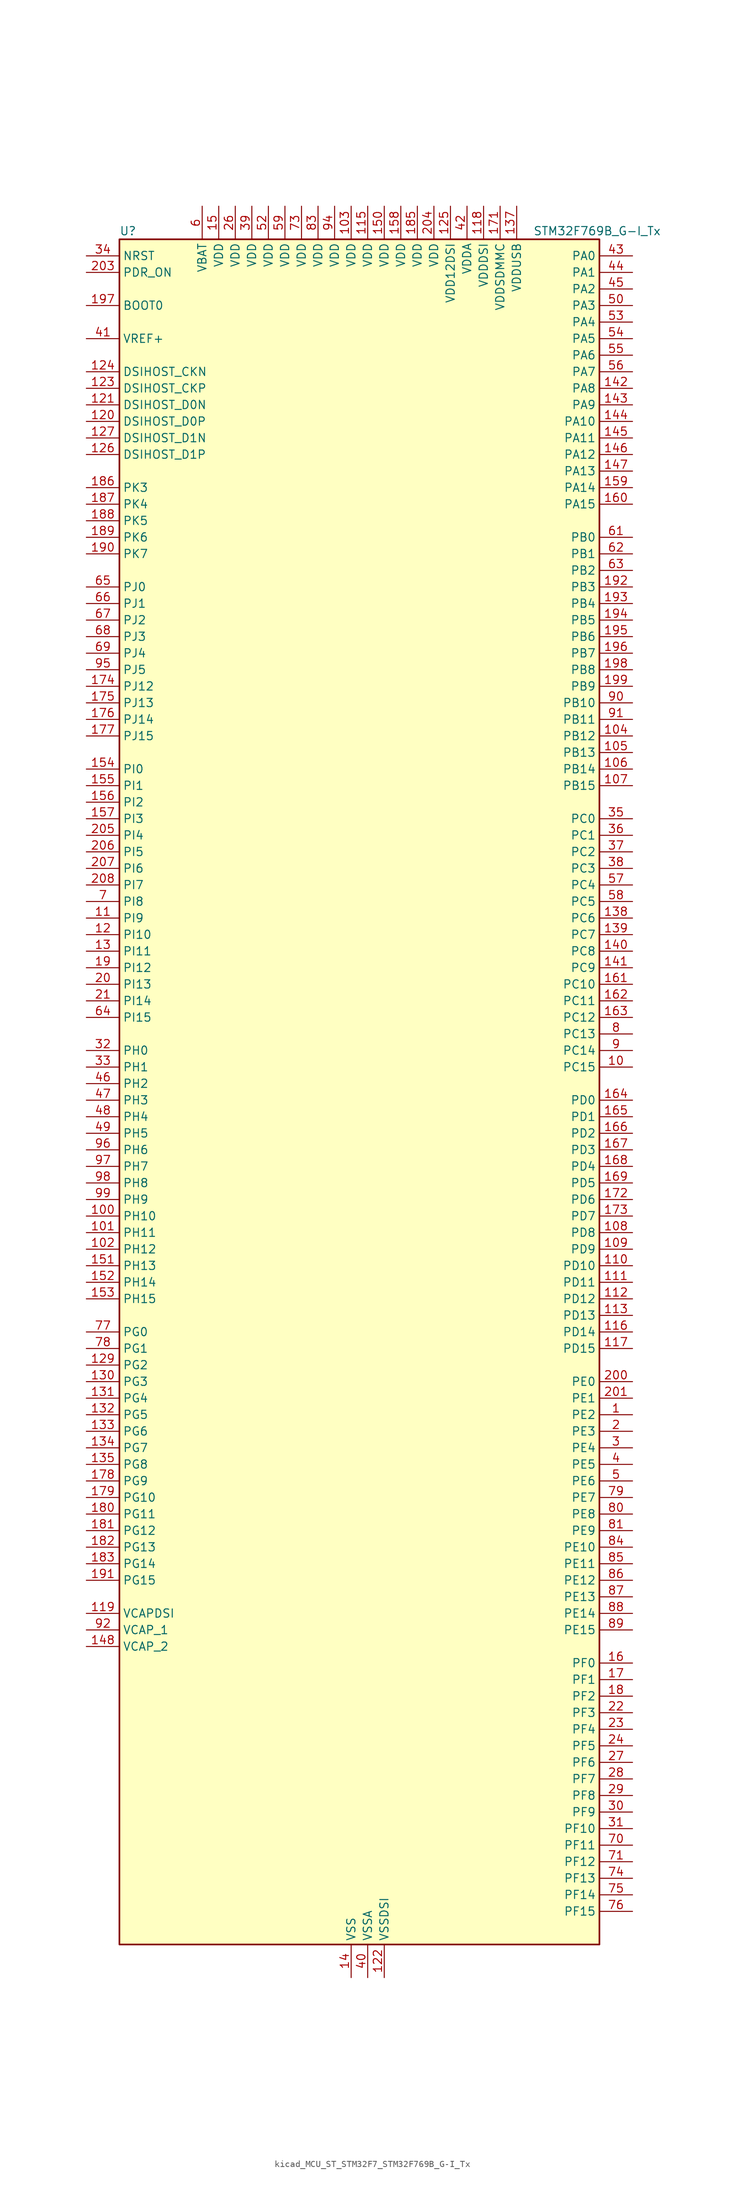
<source format=kicad_sym>
(kicad_symbol_lib
  (version 20220914)
  (generator kicad_symbol_editor)
  (symbol "kicad_MCU_ST_STM32F7_STM32F769B_G-I_Tx"
    (property "Reference" "U"
      (at -35.56 133.35 0)
      (effects (font (size 1.27 1.27)) (justify left)))
    (property "Value" "STM32F769B_G-I_Tx"
      (at 27.94 133.35 0)
      (effects (font (size 1.27 1.27)) (justify left)))
    (property "ki_locked" ""
      (at 0 0 0)
      (effects (font (size 1.27 1.27))))
    (symbol "kicad_MCU_ST_STM32F7_STM32F769B_G-I_Tx_0_1"
      (rectangle (start -35.56 -129.54) (end 38.1 132.08) (stroke (width 0.254) (type default)) (fill (type background))))
    (symbol "kicad_MCU_ST_STM32F7_STM32F769B_G-I_Tx_1_1"
      (pin bidirectional line (at 43.18 -48.26 180) (length 5.08) (name "PE2" (effects (font (size 1.27 1.27)))) (number "1" (effects (font (size 1.27 1.27)))) (alternate "ETH_TXD3" bidirectional line) (alternate "FMC_A23" bidirectional line) (alternate "QUADSPI_BK1_IO2" bidirectional line) (alternate "SAI1_MCLK_A" bidirectional line) (alternate "SPI4_SCK" bidirectional line) (alternate "SYS_TRACECLK" bidirectional line))
      (pin bidirectional line (at 43.18 5.08 180) (length 5.08) (name "PC15" (effects (font (size 1.27 1.27)))) (number "10" (effects (font (size 1.27 1.27)))) (alternate "RCC_OSC32_OUT" bidirectional line))
      (pin bidirectional line (at -40.64 -17.78 0) (length 5.08) (name "PH10" (effects (font (size 1.27 1.27)))) (number "100" (effects (font (size 1.27 1.27)))) (alternate "DCMI_D1" bidirectional line) (alternate "FMC_D18" bidirectional line) (alternate "I2C4_SMBA" bidirectional line) (alternate "LTDC_R4" bidirectional line) (alternate "TIM5_CH1" bidirectional line))
      (pin bidirectional line (at -40.64 -20.32 0) (length 5.08) (name "PH11" (effects (font (size 1.27 1.27)))) (number "101" (effects (font (size 1.27 1.27)))) (alternate "ADC1_EXTI11" bidirectional line) (alternate "ADC2_EXTI11" bidirectional line) (alternate "ADC3_EXTI11" bidirectional line) (alternate "DCMI_D2" bidirectional line) (alternate "FMC_D19" bidirectional line) (alternate "I2C4_SCL" bidirectional line) (alternate "LTDC_R5" bidirectional line) (alternate "TIM5_CH2" bidirectional line))
      (pin bidirectional line (at -40.64 -22.86 0) (length 5.08) (name "PH12" (effects (font (size 1.27 1.27)))) (number "102" (effects (font (size 1.27 1.27)))) (alternate "DCMI_D3" bidirectional line) (alternate "FMC_D20" bidirectional line) (alternate "I2C4_SDA" bidirectional line) (alternate "LTDC_R6" bidirectional line) (alternate "TIM5_CH3" bidirectional line))
      (pin power_in line (at 0 137.16 270) (length 5.08) (name "VDD" (effects (font (size 1.27 1.27)))) (number "103" (effects (font (size 1.27 1.27)))))
      (pin bidirectional line (at 43.18 55.88 180) (length 5.08) (name "PB12" (effects (font (size 1.27 1.27)))) (number "104" (effects (font (size 1.27 1.27)))) (alternate "CAN2_RX" bidirectional line) (alternate "DFSDM1_DATIN1" bidirectional line) (alternate "ETH_TXD0" bidirectional line) (alternate "I2C2_SMBA" bidirectional line) (alternate "I2S2_WS" bidirectional line) (alternate "SPI2_NSS" bidirectional line) (alternate "TIM1_BKIN" bidirectional line) (alternate "UART5_RX" bidirectional line) (alternate "USART3_CK" bidirectional line) (alternate "USB_OTG_HS_ID" bidirectional line) (alternate "USB_OTG_HS_ULPI_D5" bidirectional line))
      (pin bidirectional line (at 43.18 53.34 180) (length 5.08) (name "PB13" (effects (font (size 1.27 1.27)))) (number "105" (effects (font (size 1.27 1.27)))) (alternate "CAN2_TX" bidirectional line) (alternate "DFSDM1_CKIN1" bidirectional line) (alternate "ETH_TXD1" bidirectional line) (alternate "I2S2_CK" bidirectional line) (alternate "SPI2_SCK" bidirectional line) (alternate "TIM1_CH1N" bidirectional line) (alternate "UART5_TX" bidirectional line) (alternate "USART3_CTS" bidirectional line) (alternate "USB_OTG_HS_ULPI_D6" bidirectional line) (alternate "USB_OTG_HS_VBUS" bidirectional line))
      (pin bidirectional line (at 43.18 50.8 180) (length 5.08) (name "PB14" (effects (font (size 1.27 1.27)))) (number "106" (effects (font (size 1.27 1.27)))) (alternate "DFSDM1_DATIN2" bidirectional line) (alternate "SDMMC2_D0" bidirectional line) (alternate "SPI2_MISO" bidirectional line) (alternate "TIM12_CH1" bidirectional line) (alternate "TIM1_CH2N" bidirectional line) (alternate "TIM8_CH2N" bidirectional line) (alternate "UART4_DE" bidirectional line) (alternate "UART4_RTS" bidirectional line) (alternate "USART1_TX" bidirectional line) (alternate "USART3_DE" bidirectional line) (alternate "USART3_RTS" bidirectional line) (alternate "USB_OTG_HS_DM" bidirectional line))
      (pin bidirectional line (at 43.18 48.26 180) (length 5.08) (name "PB15" (effects (font (size 1.27 1.27)))) (number "107" (effects (font (size 1.27 1.27)))) (alternate "DFSDM1_CKIN2" bidirectional line) (alternate "I2S2_SD" bidirectional line) (alternate "RTC_REFIN" bidirectional line) (alternate "SDMMC2_D1" bidirectional line) (alternate "SPI2_MOSI" bidirectional line) (alternate "TIM12_CH2" bidirectional line) (alternate "TIM1_CH3N" bidirectional line) (alternate "TIM8_CH3N" bidirectional line) (alternate "UART4_CTS" bidirectional line) (alternate "USART1_RX" bidirectional line) (alternate "USB_OTG_HS_DP" bidirectional line))
      (pin bidirectional line (at 43.18 -20.32 180) (length 5.08) (name "PD8" (effects (font (size 1.27 1.27)))) (number "108" (effects (font (size 1.27 1.27)))) (alternate "DFSDM1_CKIN3" bidirectional line) (alternate "FMC_D13" bidirectional line) (alternate "FMC_DA13" bidirectional line) (alternate "SPDIFRX_IN1" bidirectional line) (alternate "USART3_TX" bidirectional line))
      (pin bidirectional line (at 43.18 -22.86 180) (length 5.08) (name "PD9" (effects (font (size 1.27 1.27)))) (number "109" (effects (font (size 1.27 1.27)))) (alternate "DAC_EXTI9" bidirectional line) (alternate "DFSDM1_DATIN3" bidirectional line) (alternate "FMC_D14" bidirectional line) (alternate "FMC_DA14" bidirectional line) (alternate "USART3_RX" bidirectional line))
      (pin bidirectional line (at -40.64 27.94 0) (length 5.08) (name "PI9" (effects (font (size 1.27 1.27)))) (number "11" (effects (font (size 1.27 1.27)))) (alternate "CAN1_RX" bidirectional line) (alternate "DAC_EXTI9" bidirectional line) (alternate "FMC_D30" bidirectional line) (alternate "LTDC_VSYNC" bidirectional line) (alternate "UART4_RX" bidirectional line))
      (pin bidirectional line (at 43.18 -25.4 180) (length 5.08) (name "PD10" (effects (font (size 1.27 1.27)))) (number "110" (effects (font (size 1.27 1.27)))) (alternate "DFSDM1_CKOUT" bidirectional line) (alternate "FMC_D15" bidirectional line) (alternate "FMC_DA15" bidirectional line) (alternate "LTDC_B3" bidirectional line) (alternate "USART3_CK" bidirectional line))
      (pin bidirectional line (at 43.18 -27.94 180) (length 5.08) (name "PD11" (effects (font (size 1.27 1.27)))) (number "111" (effects (font (size 1.27 1.27)))) (alternate "ADC1_EXTI11" bidirectional line) (alternate "ADC2_EXTI11" bidirectional line) (alternate "ADC3_EXTI11" bidirectional line) (alternate "FMC_A16" bidirectional line) (alternate "FMC_CLE" bidirectional line) (alternate "I2C4_SMBA" bidirectional line) (alternate "QUADSPI_BK1_IO0" bidirectional line) (alternate "SAI2_SD_A" bidirectional line) (alternate "USART3_CTS" bidirectional line))
      (pin bidirectional line (at 43.18 -30.48 180) (length 5.08) (name "PD12" (effects (font (size 1.27 1.27)))) (number "112" (effects (font (size 1.27 1.27)))) (alternate "FMC_A17" bidirectional line) (alternate "FMC_ALE" bidirectional line) (alternate "I2C4_SCL" bidirectional line) (alternate "LPTIM1_IN1" bidirectional line) (alternate "QUADSPI_BK1_IO1" bidirectional line) (alternate "SAI2_FS_A" bidirectional line) (alternate "TIM4_CH1" bidirectional line) (alternate "USART3_DE" bidirectional line) (alternate "USART3_RTS" bidirectional line))
      (pin bidirectional line (at 43.18 -33.02 180) (length 5.08) (name "PD13" (effects (font (size 1.27 1.27)))) (number "113" (effects (font (size 1.27 1.27)))) (alternate "FMC_A18" bidirectional line) (alternate "I2C4_SDA" bidirectional line) (alternate "LPTIM1_OUT" bidirectional line) (alternate "QUADSPI_BK1_IO3" bidirectional line) (alternate "SAI2_SCK_A" bidirectional line) (alternate "TIM4_CH2" bidirectional line))
      (pin passive line (at 0 -134.62 90) (length 5.08) hide (name "VSS" (effects (font (size 1.27 1.27)))) (number "114" (effects (font (size 1.27 1.27)))))
      (pin power_in line (at 2.54 137.16 270) (length 5.08) (name "VDD" (effects (font (size 1.27 1.27)))) (number "115" (effects (font (size 1.27 1.27)))))
      (pin bidirectional line (at 43.18 -35.56 180) (length 5.08) (name "PD14" (effects (font (size 1.27 1.27)))) (number "116" (effects (font (size 1.27 1.27)))) (alternate "FMC_D0" bidirectional line) (alternate "FMC_DA0" bidirectional line) (alternate "TIM4_CH3" bidirectional line) (alternate "UART8_CTS" bidirectional line))
      (pin bidirectional line (at 43.18 -38.1 180) (length 5.08) (name "PD15" (effects (font (size 1.27 1.27)))) (number "117" (effects (font (size 1.27 1.27)))) (alternate "FMC_D1" bidirectional line) (alternate "FMC_DA1" bidirectional line) (alternate "TIM4_CH4" bidirectional line) (alternate "UART8_DE" bidirectional line) (alternate "UART8_RTS" bidirectional line))
      (pin power_in line (at 20.32 137.16 270) (length 5.08) (name "VDDDSI" (effects (font (size 1.27 1.27)))) (number "118" (effects (font (size 1.27 1.27)))))
      (pin power_out line (at -40.64 -78.74 0) (length 5.08) (name "VCAPDSI" (effects (font (size 1.27 1.27)))) (number "119" (effects (font (size 1.27 1.27)))))
      (pin bidirectional line (at -40.64 25.4 0) (length 5.08) (name "PI10" (effects (font (size 1.27 1.27)))) (number "12" (effects (font (size 1.27 1.27)))) (alternate "ETH_RX_ER" bidirectional line) (alternate "FMC_D31" bidirectional line) (alternate "LTDC_HSYNC" bidirectional line))
      (pin bidirectional line (at -40.64 104.14 0) (length 5.08) (name "DSIHOST_D0P" (effects (font (size 1.27 1.27)))) (number "120" (effects (font (size 1.27 1.27)))) (alternate "DSIHOST_D0P" bidirectional line))
      (pin bidirectional line (at -40.64 106.68 0) (length 5.08) (name "DSIHOST_D0N" (effects (font (size 1.27 1.27)))) (number "121" (effects (font (size 1.27 1.27)))) (alternate "DSIHOST_D0N" bidirectional line))
      (pin power_in line (at 5.08 -134.62 90) (length 5.08) (name "VSSDSI" (effects (font (size 1.27 1.27)))) (number "122" (effects (font (size 1.27 1.27)))))
      (pin bidirectional line (at -40.64 109.22 0) (length 5.08) (name "DSIHOST_CKP" (effects (font (size 1.27 1.27)))) (number "123" (effects (font (size 1.27 1.27)))) (alternate "DSIHOST_CKP" bidirectional line))
      (pin bidirectional line (at -40.64 111.76 0) (length 5.08) (name "DSIHOST_CKN" (effects (font (size 1.27 1.27)))) (number "124" (effects (font (size 1.27 1.27)))) (alternate "DSIHOST_CKN" bidirectional line))
      (pin power_in line (at 15.24 137.16 270) (length 5.08) (name "VDD12DSI" (effects (font (size 1.27 1.27)))) (number "125" (effects (font (size 1.27 1.27)))))
      (pin bidirectional line (at -40.64 99.06 0) (length 5.08) (name "DSIHOST_D1P" (effects (font (size 1.27 1.27)))) (number "126" (effects (font (size 1.27 1.27)))) (alternate "DSIHOST_D1P" bidirectional line))
      (pin bidirectional line (at -40.64 101.6 0) (length 5.08) (name "DSIHOST_D1N" (effects (font (size 1.27 1.27)))) (number "127" (effects (font (size 1.27 1.27)))) (alternate "DSIHOST_D1N" bidirectional line))
      (pin passive line (at 5.08 -134.62 90) (length 5.08) hide (name "VSSDSI" (effects (font (size 1.27 1.27)))) (number "128" (effects (font (size 1.27 1.27)))))
      (pin bidirectional line (at -40.64 -40.64 0) (length 5.08) (name "PG2" (effects (font (size 1.27 1.27)))) (number "129" (effects (font (size 1.27 1.27)))) (alternate "FMC_A12" bidirectional line))
      (pin bidirectional line (at -40.64 22.86 0) (length 5.08) (name "PI11" (effects (font (size 1.27 1.27)))) (number "13" (effects (font (size 1.27 1.27)))) (alternate "ADC1_EXTI11" bidirectional line) (alternate "ADC2_EXTI11" bidirectional line) (alternate "ADC3_EXTI11" bidirectional line) (alternate "LTDC_G6" bidirectional line) (alternate "SYS_WKUP6" bidirectional line) (alternate "USB_OTG_HS_ULPI_DIR" bidirectional line))
      (pin bidirectional line (at -40.64 -43.18 0) (length 5.08) (name "PG3" (effects (font (size 1.27 1.27)))) (number "130" (effects (font (size 1.27 1.27)))) (alternate "FMC_A13" bidirectional line))
      (pin bidirectional line (at -40.64 -45.72 0) (length 5.08) (name "PG4" (effects (font (size 1.27 1.27)))) (number "131" (effects (font (size 1.27 1.27)))) (alternate "FMC_A14" bidirectional line) (alternate "FMC_BA0" bidirectional line))
      (pin bidirectional line (at -40.64 -48.26 0) (length 5.08) (name "PG5" (effects (font (size 1.27 1.27)))) (number "132" (effects (font (size 1.27 1.27)))) (alternate "FMC_A15" bidirectional line) (alternate "FMC_BA1" bidirectional line))
      (pin bidirectional line (at -40.64 -50.8 0) (length 5.08) (name "PG6" (effects (font (size 1.27 1.27)))) (number "133" (effects (font (size 1.27 1.27)))) (alternate "DCMI_D12" bidirectional line) (alternate "FMC_NE3" bidirectional line) (alternate "LTDC_R7" bidirectional line))
      (pin bidirectional line (at -40.64 -53.34 0) (length 5.08) (name "PG7" (effects (font (size 1.27 1.27)))) (number "134" (effects (font (size 1.27 1.27)))) (alternate "DCMI_D13" bidirectional line) (alternate "FMC_INT" bidirectional line) (alternate "LTDC_CLK" bidirectional line) (alternate "SAI1_MCLK_A" bidirectional line) (alternate "USART6_CK" bidirectional line))
      (pin bidirectional line (at -40.64 -55.88 0) (length 5.08) (name "PG8" (effects (font (size 1.27 1.27)))) (number "135" (effects (font (size 1.27 1.27)))) (alternate "ETH_PPS_OUT" bidirectional line) (alternate "FMC_SDCLK" bidirectional line) (alternate "LTDC_G7" bidirectional line) (alternate "SPDIFRX_IN2" bidirectional line) (alternate "SPI6_NSS" bidirectional line) (alternate "USART6_DE" bidirectional line) (alternate "USART6_RTS" bidirectional line))
      (pin passive line (at 0 -134.62 90) (length 5.08) hide (name "VSS" (effects (font (size 1.27 1.27)))) (number "136" (effects (font (size 1.27 1.27)))))
      (pin power_in line (at 25.4 137.16 270) (length 5.08) (name "VDDUSB" (effects (font (size 1.27 1.27)))) (number "137" (effects (font (size 1.27 1.27)))))
      (pin bidirectional line (at 43.18 27.94 180) (length 5.08) (name "PC6" (effects (font (size 1.27 1.27)))) (number "138" (effects (font (size 1.27 1.27)))) (alternate "DCMI_D0" bidirectional line) (alternate "DFSDM1_CKIN3" bidirectional line) (alternate "FMC_NWAIT" bidirectional line) (alternate "I2S2_MCK" bidirectional line) (alternate "LTDC_HSYNC" bidirectional line) (alternate "SDMMC1_D6" bidirectional line) (alternate "SDMMC2_D6" bidirectional line) (alternate "TIM3_CH1" bidirectional line) (alternate "TIM8_CH1" bidirectional line) (alternate "USART6_TX" bidirectional line))
      (pin bidirectional line (at 43.18 25.4 180) (length 5.08) (name "PC7" (effects (font (size 1.27 1.27)))) (number "139" (effects (font (size 1.27 1.27)))) (alternate "DCMI_D1" bidirectional line) (alternate "DFSDM1_DATIN3" bidirectional line) (alternate "FMC_NE1" bidirectional line) (alternate "I2S3_MCK" bidirectional line) (alternate "LTDC_G6" bidirectional line) (alternate "SDMMC1_D7" bidirectional line) (alternate "SDMMC2_D7" bidirectional line) (alternate "TIM3_CH2" bidirectional line) (alternate "TIM8_CH2" bidirectional line) (alternate "USART6_RX" bidirectional line))
      (pin power_in line (at 0 -134.62 90) (length 5.08) (name "VSS" (effects (font (size 1.27 1.27)))) (number "14" (effects (font (size 1.27 1.27)))))
      (pin bidirectional line (at 43.18 22.86 180) (length 5.08) (name "PC8" (effects (font (size 1.27 1.27)))) (number "140" (effects (font (size 1.27 1.27)))) (alternate "DCMI_D2" bidirectional line) (alternate "FMC_NCE" bidirectional line) (alternate "FMC_NE2" bidirectional line) (alternate "SDMMC1_D0" bidirectional line) (alternate "SYS_TRACED1" bidirectional line) (alternate "TIM3_CH3" bidirectional line) (alternate "TIM8_CH3" bidirectional line) (alternate "UART5_DE" bidirectional line) (alternate "UART5_RTS" bidirectional line) (alternate "USART6_CK" bidirectional line))
      (pin bidirectional line (at 43.18 20.32 180) (length 5.08) (name "PC9" (effects (font (size 1.27 1.27)))) (number "141" (effects (font (size 1.27 1.27)))) (alternate "DAC_EXTI9" bidirectional line) (alternate "DCMI_D3" bidirectional line) (alternate "I2C3_SDA" bidirectional line) (alternate "I2S_CKIN" bidirectional line) (alternate "LTDC_B2" bidirectional line) (alternate "LTDC_G3" bidirectional line) (alternate "QUADSPI_BK1_IO0" bidirectional line) (alternate "RCC_MCO_2" bidirectional line) (alternate "SDMMC1_D1" bidirectional line) (alternate "TIM3_CH4" bidirectional line) (alternate "TIM8_CH4" bidirectional line) (alternate "UART5_CTS" bidirectional line))
      (pin bidirectional line (at 43.18 109.22 180) (length 5.08) (name "PA8" (effects (font (size 1.27 1.27)))) (number "142" (effects (font (size 1.27 1.27)))) (alternate "CAN3_RX" bidirectional line) (alternate "I2C3_SCL" bidirectional line) (alternate "LTDC_B3" bidirectional line) (alternate "LTDC_R6" bidirectional line) (alternate "RCC_MCO_1" bidirectional line) (alternate "TIM1_CH1" bidirectional line) (alternate "TIM8_BKIN2" bidirectional line) (alternate "UART7_RX" bidirectional line) (alternate "USART1_CK" bidirectional line) (alternate "USB_OTG_FS_SOF" bidirectional line))
      (pin bidirectional line (at 43.18 106.68 180) (length 5.08) (name "PA9" (effects (font (size 1.27 1.27)))) (number "143" (effects (font (size 1.27 1.27)))) (alternate "DAC_EXTI9" bidirectional line) (alternate "DCMI_D0" bidirectional line) (alternate "I2C3_SMBA" bidirectional line) (alternate "I2S2_CK" bidirectional line) (alternate "LTDC_R5" bidirectional line) (alternate "SPI2_SCK" bidirectional line) (alternate "TIM1_CH2" bidirectional line) (alternate "USART1_TX" bidirectional line) (alternate "USB_OTG_FS_VBUS" bidirectional line))
      (pin bidirectional line (at 43.18 104.14 180) (length 5.08) (name "PA10" (effects (font (size 1.27 1.27)))) (number "144" (effects (font (size 1.27 1.27)))) (alternate "DCMI_D1" bidirectional line) (alternate "LTDC_B1" bidirectional line) (alternate "LTDC_B4" bidirectional line) (alternate "MDIOS_MDIO" bidirectional line) (alternate "TIM1_CH3" bidirectional line) (alternate "USART1_RX" bidirectional line) (alternate "USB_OTG_FS_ID" bidirectional line))
      (pin bidirectional line (at 43.18 101.6 180) (length 5.08) (name "PA11" (effects (font (size 1.27 1.27)))) (number "145" (effects (font (size 1.27 1.27)))) (alternate "ADC1_EXTI11" bidirectional line) (alternate "ADC2_EXTI11" bidirectional line) (alternate "ADC3_EXTI11" bidirectional line) (alternate "CAN1_RX" bidirectional line) (alternate "I2S2_WS" bidirectional line) (alternate "LTDC_R4" bidirectional line) (alternate "SPI2_NSS" bidirectional line) (alternate "TIM1_CH4" bidirectional line) (alternate "UART4_RX" bidirectional line) (alternate "USART1_CTS" bidirectional line) (alternate "USB_OTG_FS_DM" bidirectional line))
      (pin bidirectional line (at 43.18 99.06 180) (length 5.08) (name "PA12" (effects (font (size 1.27 1.27)))) (number "146" (effects (font (size 1.27 1.27)))) (alternate "CAN1_TX" bidirectional line) (alternate "I2S2_CK" bidirectional line) (alternate "LTDC_R5" bidirectional line) (alternate "SAI2_FS_B" bidirectional line) (alternate "SPI2_SCK" bidirectional line) (alternate "TIM1_ETR" bidirectional line) (alternate "UART4_TX" bidirectional line) (alternate "USART1_DE" bidirectional line) (alternate "USART1_RTS" bidirectional line) (alternate "USB_OTG_FS_DP" bidirectional line))
      (pin bidirectional line (at 43.18 96.52 180) (length 5.08) (name "PA13" (effects (font (size 1.27 1.27)))) (number "147" (effects (font (size 1.27 1.27)))) (alternate "SYS_JTMS-SWDIO" bidirectional line))
      (pin power_out line (at -40.64 -83.82 0) (length 5.08) (name "VCAP_2" (effects (font (size 1.27 1.27)))) (number "148" (effects (font (size 1.27 1.27)))))
      (pin passive line (at 0 -134.62 90) (length 5.08) hide (name "VSS" (effects (font (size 1.27 1.27)))) (number "149" (effects (font (size 1.27 1.27)))))
      (pin power_in line (at -20.32 137.16 270) (length 5.08) (name "VDD" (effects (font (size 1.27 1.27)))) (number "15" (effects (font (size 1.27 1.27)))))
      (pin power_in line (at 5.08 137.16 270) (length 5.08) (name "VDD" (effects (font (size 1.27 1.27)))) (number "150" (effects (font (size 1.27 1.27)))))
      (pin bidirectional line (at -40.64 -25.4 0) (length 5.08) (name "PH13" (effects (font (size 1.27 1.27)))) (number "151" (effects (font (size 1.27 1.27)))) (alternate "CAN1_TX" bidirectional line) (alternate "FMC_D21" bidirectional line) (alternate "LTDC_G2" bidirectional line) (alternate "TIM8_CH1N" bidirectional line) (alternate "UART4_TX" bidirectional line))
      (pin bidirectional line (at -40.64 -27.94 0) (length 5.08) (name "PH14" (effects (font (size 1.27 1.27)))) (number "152" (effects (font (size 1.27 1.27)))) (alternate "CAN1_RX" bidirectional line) (alternate "DCMI_D4" bidirectional line) (alternate "FMC_D22" bidirectional line) (alternate "LTDC_G3" bidirectional line) (alternate "TIM8_CH2N" bidirectional line) (alternate "UART4_RX" bidirectional line))
      (pin bidirectional line (at -40.64 -30.48 0) (length 5.08) (name "PH15" (effects (font (size 1.27 1.27)))) (number "153" (effects (font (size 1.27 1.27)))) (alternate "DCMI_D11" bidirectional line) (alternate "FMC_D23" bidirectional line) (alternate "LTDC_G4" bidirectional line) (alternate "TIM8_CH3N" bidirectional line))
      (pin bidirectional line (at -40.64 50.8 0) (length 5.08) (name "PI0" (effects (font (size 1.27 1.27)))) (number "154" (effects (font (size 1.27 1.27)))) (alternate "DCMI_D13" bidirectional line) (alternate "FMC_D24" bidirectional line) (alternate "I2S2_WS" bidirectional line) (alternate "LTDC_G5" bidirectional line) (alternate "SPI2_NSS" bidirectional line) (alternate "TIM5_CH4" bidirectional line))
      (pin bidirectional line (at -40.64 48.26 0) (length 5.08) (name "PI1" (effects (font (size 1.27 1.27)))) (number "155" (effects (font (size 1.27 1.27)))) (alternate "DCMI_D8" bidirectional line) (alternate "FMC_D25" bidirectional line) (alternate "I2S2_CK" bidirectional line) (alternate "LTDC_G6" bidirectional line) (alternate "SPI2_SCK" bidirectional line) (alternate "TIM8_BKIN2" bidirectional line))
      (pin bidirectional line (at -40.64 45.72 0) (length 5.08) (name "PI2" (effects (font (size 1.27 1.27)))) (number "156" (effects (font (size 1.27 1.27)))) (alternate "DCMI_D9" bidirectional line) (alternate "FMC_D26" bidirectional line) (alternate "LTDC_G7" bidirectional line) (alternate "SPI2_MISO" bidirectional line) (alternate "TIM8_CH4" bidirectional line))
      (pin bidirectional line (at -40.64 43.18 0) (length 5.08) (name "PI3" (effects (font (size 1.27 1.27)))) (number "157" (effects (font (size 1.27 1.27)))) (alternate "DCMI_D10" bidirectional line) (alternate "FMC_D27" bidirectional line) (alternate "I2S2_SD" bidirectional line) (alternate "SPI2_MOSI" bidirectional line) (alternate "TIM8_ETR" bidirectional line))
      (pin power_in line (at 7.62 137.16 270) (length 5.08) (name "VDD" (effects (font (size 1.27 1.27)))) (number "158" (effects (font (size 1.27 1.27)))))
      (pin bidirectional line (at 43.18 93.98 180) (length 5.08) (name "PA14" (effects (font (size 1.27 1.27)))) (number "159" (effects (font (size 1.27 1.27)))) (alternate "SYS_JTCK-SWCLK" bidirectional line))
      (pin bidirectional line (at 43.18 -86.36 180) (length 5.08) (name "PF0" (effects (font (size 1.27 1.27)))) (number "16" (effects (font (size 1.27 1.27)))) (alternate "FMC_A0" bidirectional line) (alternate "I2C2_SDA" bidirectional line))
      (pin bidirectional line (at 43.18 91.44 180) (length 5.08) (name "PA15" (effects (font (size 1.27 1.27)))) (number "160" (effects (font (size 1.27 1.27)))) (alternate "CAN3_TX" bidirectional line) (alternate "CEC" bidirectional line) (alternate "I2S1_WS" bidirectional line) (alternate "I2S3_WS" bidirectional line) (alternate "SPI1_NSS" bidirectional line) (alternate "SPI3_NSS" bidirectional line) (alternate "SPI6_NSS" bidirectional line) (alternate "SYS_JTDI" bidirectional line) (alternate "TIM2_CH1" bidirectional line) (alternate "TIM2_ETR" bidirectional line) (alternate "UART4_DE" bidirectional line) (alternate "UART4_RTS" bidirectional line) (alternate "UART7_TX" bidirectional line))
      (pin bidirectional line (at 43.18 17.78 180) (length 5.08) (name "PC10" (effects (font (size 1.27 1.27)))) (number "161" (effects (font (size 1.27 1.27)))) (alternate "DCMI_D8" bidirectional line) (alternate "DFSDM1_CKIN5" bidirectional line) (alternate "I2S3_CK" bidirectional line) (alternate "LTDC_R2" bidirectional line) (alternate "QUADSPI_BK1_IO1" bidirectional line) (alternate "SDMMC1_D2" bidirectional line) (alternate "SPI3_SCK" bidirectional line) (alternate "UART4_TX" bidirectional line) (alternate "USART3_TX" bidirectional line))
      (pin bidirectional line (at 43.18 15.24 180) (length 5.08) (name "PC11" (effects (font (size 1.27 1.27)))) (number "162" (effects (font (size 1.27 1.27)))) (alternate "ADC1_EXTI11" bidirectional line) (alternate "ADC2_EXTI11" bidirectional line) (alternate "ADC3_EXTI11" bidirectional line) (alternate "DCMI_D4" bidirectional line) (alternate "DFSDM1_DATIN5" bidirectional line) (alternate "QUADSPI_BK2_NCS" bidirectional line) (alternate "SDMMC1_D3" bidirectional line) (alternate "SPI3_MISO" bidirectional line) (alternate "UART4_RX" bidirectional line) (alternate "USART3_RX" bidirectional line))
      (pin bidirectional line (at 43.18 12.7 180) (length 5.08) (name "PC12" (effects (font (size 1.27 1.27)))) (number "163" (effects (font (size 1.27 1.27)))) (alternate "DCMI_D9" bidirectional line) (alternate "I2S3_SD" bidirectional line) (alternate "SDMMC1_CK" bidirectional line) (alternate "SPI3_MOSI" bidirectional line) (alternate "SYS_TRACED3" bidirectional line) (alternate "UART5_TX" bidirectional line) (alternate "USART3_CK" bidirectional line))
      (pin bidirectional line (at 43.18 0 180) (length 5.08) (name "PD0" (effects (font (size 1.27 1.27)))) (number "164" (effects (font (size 1.27 1.27)))) (alternate "CAN1_RX" bidirectional line) (alternate "DFSDM1_CKIN6" bidirectional line) (alternate "DFSDM1_DATIN7" bidirectional line) (alternate "FMC_D2" bidirectional line) (alternate "FMC_DA2" bidirectional line) (alternate "UART4_RX" bidirectional line))
      (pin bidirectional line (at 43.18 -2.54 180) (length 5.08) (name "PD1" (effects (font (size 1.27 1.27)))) (number "165" (effects (font (size 1.27 1.27)))) (alternate "CAN1_TX" bidirectional line) (alternate "DFSDM1_CKIN7" bidirectional line) (alternate "DFSDM1_DATIN6" bidirectional line) (alternate "FMC_D3" bidirectional line) (alternate "FMC_DA3" bidirectional line) (alternate "UART4_TX" bidirectional line))
      (pin bidirectional line (at 43.18 -5.08 180) (length 5.08) (name "PD2" (effects (font (size 1.27 1.27)))) (number "166" (effects (font (size 1.27 1.27)))) (alternate "DCMI_D11" bidirectional line) (alternate "SDMMC1_CMD" bidirectional line) (alternate "SYS_TRACED2" bidirectional line) (alternate "TIM3_ETR" bidirectional line) (alternate "UART5_RX" bidirectional line))
      (pin bidirectional line (at 43.18 -7.62 180) (length 5.08) (name "PD3" (effects (font (size 1.27 1.27)))) (number "167" (effects (font (size 1.27 1.27)))) (alternate "DCMI_D5" bidirectional line) (alternate "DFSDM1_CKOUT" bidirectional line) (alternate "DFSDM1_DATIN0" bidirectional line) (alternate "FMC_CLK" bidirectional line) (alternate "I2S2_CK" bidirectional line) (alternate "LTDC_G7" bidirectional line) (alternate "SPI2_SCK" bidirectional line) (alternate "USART2_CTS" bidirectional line))
      (pin bidirectional line (at 43.18 -10.16 180) (length 5.08) (name "PD4" (effects (font (size 1.27 1.27)))) (number "168" (effects (font (size 1.27 1.27)))) (alternate "DFSDM1_CKIN0" bidirectional line) (alternate "FMC_NOE" bidirectional line) (alternate "USART2_DE" bidirectional line) (alternate "USART2_RTS" bidirectional line))
      (pin bidirectional line (at 43.18 -12.7 180) (length 5.08) (name "PD5" (effects (font (size 1.27 1.27)))) (number "169" (effects (font (size 1.27 1.27)))) (alternate "FMC_NWE" bidirectional line) (alternate "USART2_TX" bidirectional line))
      (pin bidirectional line (at 43.18 -88.9 180) (length 5.08) (name "PF1" (effects (font (size 1.27 1.27)))) (number "17" (effects (font (size 1.27 1.27)))) (alternate "FMC_A1" bidirectional line) (alternate "I2C2_SCL" bidirectional line))
      (pin passive line (at 0 -134.62 90) (length 5.08) hide (name "VSS" (effects (font (size 1.27 1.27)))) (number "170" (effects (font (size 1.27 1.27)))))
      (pin power_in line (at 22.86 137.16 270) (length 5.08) (name "VDDSDMMC" (effects (font (size 1.27 1.27)))) (number "171" (effects (font (size 1.27 1.27)))))
      (pin bidirectional line (at 43.18 -15.24 180) (length 5.08) (name "PD6" (effects (font (size 1.27 1.27)))) (number "172" (effects (font (size 1.27 1.27)))) (alternate "DCMI_D10" bidirectional line) (alternate "DFSDM1_CKIN4" bidirectional line) (alternate "DFSDM1_DATIN1" bidirectional line) (alternate "FMC_NWAIT" bidirectional line) (alternate "I2S3_SD" bidirectional line) (alternate "LTDC_B2" bidirectional line) (alternate "SAI1_SD_A" bidirectional line) (alternate "SDMMC2_CK" bidirectional line) (alternate "SPI3_MOSI" bidirectional line) (alternate "USART2_RX" bidirectional line))
      (pin bidirectional line (at 43.18 -17.78 180) (length 5.08) (name "PD7" (effects (font (size 1.27 1.27)))) (number "173" (effects (font (size 1.27 1.27)))) (alternate "DFSDM1_CKIN1" bidirectional line) (alternate "DFSDM1_DATIN4" bidirectional line) (alternate "FMC_NE1" bidirectional line) (alternate "I2S1_SD" bidirectional line) (alternate "SDMMC2_CMD" bidirectional line) (alternate "SPDIFRX_IN0" bidirectional line) (alternate "SPI1_MOSI" bidirectional line) (alternate "USART2_CK" bidirectional line))
      (pin bidirectional line (at -40.64 63.5 0) (length 5.08) (name "PJ12" (effects (font (size 1.27 1.27)))) (number "174" (effects (font (size 1.27 1.27)))) (alternate "LTDC_B0" bidirectional line) (alternate "LTDC_G3" bidirectional line))
      (pin bidirectional line (at -40.64 60.96 0) (length 5.08) (name "PJ13" (effects (font (size 1.27 1.27)))) (number "175" (effects (font (size 1.27 1.27)))) (alternate "LTDC_B1" bidirectional line) (alternate "LTDC_G4" bidirectional line))
      (pin bidirectional line (at -40.64 58.42 0) (length 5.08) (name "PJ14" (effects (font (size 1.27 1.27)))) (number "176" (effects (font (size 1.27 1.27)))) (alternate "LTDC_B2" bidirectional line))
      (pin bidirectional line (at -40.64 55.88 0) (length 5.08) (name "PJ15" (effects (font (size 1.27 1.27)))) (number "177" (effects (font (size 1.27 1.27)))) (alternate "LTDC_B3" bidirectional line))
      (pin bidirectional line (at -40.64 -58.42 0) (length 5.08) (name "PG9" (effects (font (size 1.27 1.27)))) (number "178" (effects (font (size 1.27 1.27)))) (alternate "DAC_EXTI9" bidirectional line) (alternate "DCMI_VSYNC" bidirectional line) (alternate "FMC_NCE" bidirectional line) (alternate "FMC_NE2" bidirectional line) (alternate "QUADSPI_BK2_IO2" bidirectional line) (alternate "SAI2_FS_B" bidirectional line) (alternate "SDMMC2_D0" bidirectional line) (alternate "SPDIFRX_IN3" bidirectional line) (alternate "SPI1_MISO" bidirectional line) (alternate "USART6_RX" bidirectional line))
      (pin bidirectional line (at -40.64 -60.96 0) (length 5.08) (name "PG10" (effects (font (size 1.27 1.27)))) (number "179" (effects (font (size 1.27 1.27)))) (alternate "DCMI_D2" bidirectional line) (alternate "FMC_NE3" bidirectional line) (alternate "I2S1_WS" bidirectional line) (alternate "LTDC_B2" bidirectional line) (alternate "LTDC_G3" bidirectional line) (alternate "SAI2_SD_B" bidirectional line) (alternate "SDMMC2_D1" bidirectional line) (alternate "SPI1_NSS" bidirectional line))
      (pin bidirectional line (at 43.18 -91.44 180) (length 5.08) (name "PF2" (effects (font (size 1.27 1.27)))) (number "18" (effects (font (size 1.27 1.27)))) (alternate "FMC_A2" bidirectional line) (alternate "I2C2_SMBA" bidirectional line))
      (pin bidirectional line (at -40.64 -63.5 0) (length 5.08) (name "PG11" (effects (font (size 1.27 1.27)))) (number "180" (effects (font (size 1.27 1.27)))) (alternate "ADC1_EXTI11" bidirectional line) (alternate "ADC2_EXTI11" bidirectional line) (alternate "ADC3_EXTI11" bidirectional line) (alternate "DCMI_D3" bidirectional line) (alternate "ETH_TX_EN" bidirectional line) (alternate "I2S1_CK" bidirectional line) (alternate "LTDC_B3" bidirectional line) (alternate "SDMMC2_D2" bidirectional line) (alternate "SPDIFRX_IN0" bidirectional line) (alternate "SPI1_SCK" bidirectional line))
      (pin bidirectional line (at -40.64 -66.04 0) (length 5.08) (name "PG12" (effects (font (size 1.27 1.27)))) (number "181" (effects (font (size 1.27 1.27)))) (alternate "FMC_NE4" bidirectional line) (alternate "LPTIM1_IN1" bidirectional line) (alternate "LTDC_B1" bidirectional line) (alternate "LTDC_B4" bidirectional line) (alternate "SDMMC2_D3" bidirectional line) (alternate "SPDIFRX_IN1" bidirectional line) (alternate "SPI6_MISO" bidirectional line) (alternate "USART6_DE" bidirectional line) (alternate "USART6_RTS" bidirectional line))
      (pin bidirectional line (at -40.64 -68.58 0) (length 5.08) (name "PG13" (effects (font (size 1.27 1.27)))) (number "182" (effects (font (size 1.27 1.27)))) (alternate "ETH_TXD0" bidirectional line) (alternate "FMC_A24" bidirectional line) (alternate "LPTIM1_OUT" bidirectional line) (alternate "LTDC_R0" bidirectional line) (alternate "SPI6_SCK" bidirectional line) (alternate "SYS_TRACED0" bidirectional line) (alternate "USART6_CTS" bidirectional line))
      (pin bidirectional line (at -40.64 -71.12 0) (length 5.08) (name "PG14" (effects (font (size 1.27 1.27)))) (number "183" (effects (font (size 1.27 1.27)))) (alternate "ETH_TXD1" bidirectional line) (alternate "FMC_A25" bidirectional line) (alternate "LPTIM1_ETR" bidirectional line) (alternate "LTDC_B0" bidirectional line) (alternate "QUADSPI_BK2_IO3" bidirectional line) (alternate "SPI6_MOSI" bidirectional line) (alternate "SYS_TRACED1" bidirectional line) (alternate "USART6_TX" bidirectional line))
      (pin passive line (at 0 -134.62 90) (length 5.08) hide (name "VSS" (effects (font (size 1.27 1.27)))) (number "184" (effects (font (size 1.27 1.27)))))
      (pin power_in line (at 10.16 137.16 270) (length 5.08) (name "VDD" (effects (font (size 1.27 1.27)))) (number "185" (effects (font (size 1.27 1.27)))))
      (pin bidirectional line (at -40.64 93.98 0) (length 5.08) (name "PK3" (effects (font (size 1.27 1.27)))) (number "186" (effects (font (size 1.27 1.27)))) (alternate "LTDC_B4" bidirectional line))
      (pin bidirectional line (at -40.64 91.44 0) (length 5.08) (name "PK4" (effects (font (size 1.27 1.27)))) (number "187" (effects (font (size 1.27 1.27)))) (alternate "LTDC_B5" bidirectional line))
      (pin bidirectional line (at -40.64 88.9 0) (length 5.08) (name "PK5" (effects (font (size 1.27 1.27)))) (number "188" (effects (font (size 1.27 1.27)))) (alternate "LTDC_B6" bidirectional line))
      (pin bidirectional line (at -40.64 86.36 0) (length 5.08) (name "PK6" (effects (font (size 1.27 1.27)))) (number "189" (effects (font (size 1.27 1.27)))) (alternate "LTDC_B7" bidirectional line))
      (pin bidirectional line (at -40.64 20.32 0) (length 5.08) (name "PI12" (effects (font (size 1.27 1.27)))) (number "19" (effects (font (size 1.27 1.27)))) (alternate "LTDC_HSYNC" bidirectional line))
      (pin bidirectional line (at -40.64 83.82 0) (length 5.08) (name "PK7" (effects (font (size 1.27 1.27)))) (number "190" (effects (font (size 1.27 1.27)))) (alternate "LTDC_DE" bidirectional line))
      (pin bidirectional line (at -40.64 -73.66 0) (length 5.08) (name "PG15" (effects (font (size 1.27 1.27)))) (number "191" (effects (font (size 1.27 1.27)))) (alternate "DCMI_D13" bidirectional line) (alternate "FMC_SDNCAS" bidirectional line) (alternate "USART6_CTS" bidirectional line))
      (pin bidirectional line (at 43.18 78.74 180) (length 5.08) (name "PB3" (effects (font (size 1.27 1.27)))) (number "192" (effects (font (size 1.27 1.27)))) (alternate "CAN3_RX" bidirectional line) (alternate "I2S1_CK" bidirectional line) (alternate "I2S3_CK" bidirectional line) (alternate "SDMMC2_D2" bidirectional line) (alternate "SPI1_SCK" bidirectional line) (alternate "SPI3_SCK" bidirectional line) (alternate "SPI6_SCK" bidirectional line) (alternate "SYS_JTDO-SWO" bidirectional line) (alternate "TIM2_CH2" bidirectional line) (alternate "UART7_RX" bidirectional line))
      (pin bidirectional line (at 43.18 76.2 180) (length 5.08) (name "PB4" (effects (font (size 1.27 1.27)))) (number "193" (effects (font (size 1.27 1.27)))) (alternate "CAN3_TX" bidirectional line) (alternate "I2S2_WS" bidirectional line) (alternate "SDMMC2_D3" bidirectional line) (alternate "SPI1_MISO" bidirectional line) (alternate "SPI2_NSS" bidirectional line) (alternate "SPI3_MISO" bidirectional line) (alternate "SPI6_MISO" bidirectional line) (alternate "SYS_JTRST" bidirectional line) (alternate "TIM3_CH1" bidirectional line) (alternate "UART7_TX" bidirectional line))
      (pin bidirectional line (at 43.18 73.66 180) (length 5.08) (name "PB5" (effects (font (size 1.27 1.27)))) (number "194" (effects (font (size 1.27 1.27)))) (alternate "CAN2_RX" bidirectional line) (alternate "DCMI_D10" bidirectional line) (alternate "ETH_PPS_OUT" bidirectional line) (alternate "FMC_SDCKE1" bidirectional line) (alternate "I2C1_SMBA" bidirectional line) (alternate "I2S1_SD" bidirectional line) (alternate "I2S3_SD" bidirectional line) (alternate "LTDC_G7" bidirectional line) (alternate "SPI1_MOSI" bidirectional line) (alternate "SPI3_MOSI" bidirectional line) (alternate "SPI6_MOSI" bidirectional line) (alternate "TIM3_CH2" bidirectional line) (alternate "UART5_RX" bidirectional line) (alternate "USB_OTG_HS_ULPI_D7" bidirectional line))
      (pin bidirectional line (at 43.18 71.12 180) (length 5.08) (name "PB6" (effects (font (size 1.27 1.27)))) (number "195" (effects (font (size 1.27 1.27)))) (alternate "CAN2_TX" bidirectional line) (alternate "CEC" bidirectional line) (alternate "DCMI_D5" bidirectional line) (alternate "DFSDM1_DATIN5" bidirectional line) (alternate "FMC_SDNE1" bidirectional line) (alternate "I2C1_SCL" bidirectional line) (alternate "I2C4_SCL" bidirectional line) (alternate "QUADSPI_BK1_NCS" bidirectional line) (alternate "TIM4_CH1" bidirectional line) (alternate "UART5_TX" bidirectional line) (alternate "USART1_TX" bidirectional line))
      (pin bidirectional line (at 43.18 68.58 180) (length 5.08) (name "PB7" (effects (font (size 1.27 1.27)))) (number "196" (effects (font (size 1.27 1.27)))) (alternate "DCMI_VSYNC" bidirectional line) (alternate "DFSDM1_CKIN5" bidirectional line) (alternate "FMC_NL" bidirectional line) (alternate "I2C1_SDA" bidirectional line) (alternate "I2C4_SDA" bidirectional line) (alternate "TIM4_CH2" bidirectional line) (alternate "USART1_RX" bidirectional line))
      (pin input line (at -40.64 121.92 0) (length 5.08) (name "BOOT0" (effects (font (size 1.27 1.27)))) (number "197" (effects (font (size 1.27 1.27)))))
      (pin bidirectional line (at 43.18 66.04 180) (length 5.08) (name "PB8" (effects (font (size 1.27 1.27)))) (number "198" (effects (font (size 1.27 1.27)))) (alternate "CAN1_RX" bidirectional line) (alternate "DCMI_D6" bidirectional line) (alternate "DFSDM1_CKIN7" bidirectional line) (alternate "ETH_TXD3" bidirectional line) (alternate "I2C1_SCL" bidirectional line) (alternate "I2C4_SCL" bidirectional line) (alternate "LTDC_B6" bidirectional line) (alternate "SDMMC1_D4" bidirectional line) (alternate "SDMMC2_D4" bidirectional line) (alternate "TIM10_CH1" bidirectional line) (alternate "TIM4_CH3" bidirectional line) (alternate "UART5_RX" bidirectional line))
      (pin bidirectional line (at 43.18 63.5 180) (length 5.08) (name "PB9" (effects (font (size 1.27 1.27)))) (number "199" (effects (font (size 1.27 1.27)))) (alternate "CAN1_TX" bidirectional line) (alternate "DAC_EXTI9" bidirectional line) (alternate "DCMI_D7" bidirectional line) (alternate "DFSDM1_DATIN7" bidirectional line) (alternate "I2C1_SDA" bidirectional line) (alternate "I2C4_SDA" bidirectional line) (alternate "I2C4_SMBA" bidirectional line) (alternate "I2S2_WS" bidirectional line) (alternate "LTDC_B7" bidirectional line) (alternate "SDMMC1_D5" bidirectional line) (alternate "SDMMC2_D5" bidirectional line) (alternate "SPI2_NSS" bidirectional line) (alternate "TIM11_CH1" bidirectional line) (alternate "TIM4_CH4" bidirectional line) (alternate "UART5_TX" bidirectional line))
      (pin bidirectional line (at 43.18 -50.8 180) (length 5.08) (name "PE3" (effects (font (size 1.27 1.27)))) (number "2" (effects (font (size 1.27 1.27)))) (alternate "FMC_A19" bidirectional line) (alternate "SAI1_SD_B" bidirectional line) (alternate "SYS_TRACED0" bidirectional line))
      (pin bidirectional line (at -40.64 17.78 0) (length 5.08) (name "PI13" (effects (font (size 1.27 1.27)))) (number "20" (effects (font (size 1.27 1.27)))) (alternate "LTDC_VSYNC" bidirectional line))
      (pin bidirectional line (at 43.18 -43.18 180) (length 5.08) (name "PE0" (effects (font (size 1.27 1.27)))) (number "200" (effects (font (size 1.27 1.27)))) (alternate "DCMI_D2" bidirectional line) (alternate "FMC_NBL0" bidirectional line) (alternate "LPTIM1_ETR" bidirectional line) (alternate "SAI2_MCLK_A" bidirectional line) (alternate "TIM4_ETR" bidirectional line) (alternate "UART8_RX" bidirectional line))
      (pin bidirectional line (at 43.18 -45.72 180) (length 5.08) (name "PE1" (effects (font (size 1.27 1.27)))) (number "201" (effects (font (size 1.27 1.27)))) (alternate "DCMI_D3" bidirectional line) (alternate "FMC_NBL1" bidirectional line) (alternate "LPTIM1_IN2" bidirectional line) (alternate "UART8_TX" bidirectional line))
      (pin passive line (at 0 -134.62 90) (length 5.08) hide (name "VSS" (effects (font (size 1.27 1.27)))) (number "202" (effects (font (size 1.27 1.27)))))
      (pin input line (at -40.64 127 0) (length 5.08) (name "PDR_ON" (effects (font (size 1.27 1.27)))) (number "203" (effects (font (size 1.27 1.27)))))
      (pin power_in line (at 12.7 137.16 270) (length 5.08) (name "VDD" (effects (font (size 1.27 1.27)))) (number "204" (effects (font (size 1.27 1.27)))))
      (pin bidirectional line (at -40.64 40.64 0) (length 5.08) (name "PI4" (effects (font (size 1.27 1.27)))) (number "205" (effects (font (size 1.27 1.27)))) (alternate "DCMI_D5" bidirectional line) (alternate "FMC_NBL2" bidirectional line) (alternate "LTDC_B4" bidirectional line) (alternate "SAI2_MCLK_A" bidirectional line) (alternate "TIM8_BKIN" bidirectional line))
      (pin bidirectional line (at -40.64 38.1 0) (length 5.08) (name "PI5" (effects (font (size 1.27 1.27)))) (number "206" (effects (font (size 1.27 1.27)))) (alternate "DCMI_VSYNC" bidirectional line) (alternate "FMC_NBL3" bidirectional line) (alternate "LTDC_B5" bidirectional line) (alternate "SAI2_SCK_A" bidirectional line) (alternate "TIM8_CH1" bidirectional line))
      (pin bidirectional line (at -40.64 35.56 0) (length 5.08) (name "PI6" (effects (font (size 1.27 1.27)))) (number "207" (effects (font (size 1.27 1.27)))) (alternate "DCMI_D6" bidirectional line) (alternate "FMC_D28" bidirectional line) (alternate "LTDC_B6" bidirectional line) (alternate "SAI2_SD_A" bidirectional line) (alternate "TIM8_CH2" bidirectional line))
      (pin bidirectional line (at -40.64 33.02 0) (length 5.08) (name "PI7" (effects (font (size 1.27 1.27)))) (number "208" (effects (font (size 1.27 1.27)))) (alternate "DCMI_D7" bidirectional line) (alternate "FMC_D29" bidirectional line) (alternate "LTDC_B7" bidirectional line) (alternate "SAI2_FS_A" bidirectional line) (alternate "TIM8_CH3" bidirectional line))
      (pin bidirectional line (at -40.64 15.24 0) (length 5.08) (name "PI14" (effects (font (size 1.27 1.27)))) (number "21" (effects (font (size 1.27 1.27)))) (alternate "LTDC_CLK" bidirectional line))
      (pin bidirectional line (at 43.18 -93.98 180) (length 5.08) (name "PF3" (effects (font (size 1.27 1.27)))) (number "22" (effects (font (size 1.27 1.27)))) (alternate "ADC3_IN9" bidirectional line) (alternate "FMC_A3" bidirectional line))
      (pin bidirectional line (at 43.18 -96.52 180) (length 5.08) (name "PF4" (effects (font (size 1.27 1.27)))) (number "23" (effects (font (size 1.27 1.27)))) (alternate "ADC3_IN14" bidirectional line) (alternate "FMC_A4" bidirectional line))
      (pin bidirectional line (at 43.18 -99.06 180) (length 5.08) (name "PF5" (effects (font (size 1.27 1.27)))) (number "24" (effects (font (size 1.27 1.27)))) (alternate "ADC3_IN15" bidirectional line) (alternate "FMC_A5" bidirectional line))
      (pin passive line (at 0 -134.62 90) (length 5.08) hide (name "VSS" (effects (font (size 1.27 1.27)))) (number "25" (effects (font (size 1.27 1.27)))))
      (pin power_in line (at -17.78 137.16 270) (length 5.08) (name "VDD" (effects (font (size 1.27 1.27)))) (number "26" (effects (font (size 1.27 1.27)))))
      (pin bidirectional line (at 43.18 -101.6 180) (length 5.08) (name "PF6" (effects (font (size 1.27 1.27)))) (number "27" (effects (font (size 1.27 1.27)))) (alternate "ADC3_IN4" bidirectional line) (alternate "QUADSPI_BK1_IO3" bidirectional line) (alternate "SAI1_SD_B" bidirectional line) (alternate "SPI5_NSS" bidirectional line) (alternate "TIM10_CH1" bidirectional line) (alternate "UART7_RX" bidirectional line))
      (pin bidirectional line (at 43.18 -104.14 180) (length 5.08) (name "PF7" (effects (font (size 1.27 1.27)))) (number "28" (effects (font (size 1.27 1.27)))) (alternate "ADC3_IN5" bidirectional line) (alternate "QUADSPI_BK1_IO2" bidirectional line) (alternate "SAI1_MCLK_B" bidirectional line) (alternate "SPI5_SCK" bidirectional line) (alternate "TIM11_CH1" bidirectional line) (alternate "UART7_TX" bidirectional line))
      (pin bidirectional line (at 43.18 -106.68 180) (length 5.08) (name "PF8" (effects (font (size 1.27 1.27)))) (number "29" (effects (font (size 1.27 1.27)))) (alternate "ADC3_IN6" bidirectional line) (alternate "QUADSPI_BK1_IO0" bidirectional line) (alternate "SAI1_SCK_B" bidirectional line) (alternate "SPI5_MISO" bidirectional line) (alternate "TIM13_CH1" bidirectional line) (alternate "UART7_DE" bidirectional line) (alternate "UART7_RTS" bidirectional line))
      (pin bidirectional line (at 43.18 -53.34 180) (length 5.08) (name "PE4" (effects (font (size 1.27 1.27)))) (number "3" (effects (font (size 1.27 1.27)))) (alternate "DCMI_D4" bidirectional line) (alternate "DFSDM1_DATIN3" bidirectional line) (alternate "FMC_A20" bidirectional line) (alternate "LTDC_B0" bidirectional line) (alternate "SAI1_FS_A" bidirectional line) (alternate "SPI4_NSS" bidirectional line) (alternate "SYS_TRACED1" bidirectional line))
      (pin bidirectional line (at 43.18 -109.22 180) (length 5.08) (name "PF9" (effects (font (size 1.27 1.27)))) (number "30" (effects (font (size 1.27 1.27)))) (alternate "ADC3_IN7" bidirectional line) (alternate "DAC_EXTI9" bidirectional line) (alternate "QUADSPI_BK1_IO1" bidirectional line) (alternate "SAI1_FS_B" bidirectional line) (alternate "SPI5_MOSI" bidirectional line) (alternate "TIM14_CH1" bidirectional line) (alternate "UART7_CTS" bidirectional line))
      (pin bidirectional line (at 43.18 -111.76 180) (length 5.08) (name "PF10" (effects (font (size 1.27 1.27)))) (number "31" (effects (font (size 1.27 1.27)))) (alternate "ADC3_IN8" bidirectional line) (alternate "DCMI_D11" bidirectional line) (alternate "LTDC_DE" bidirectional line) (alternate "QUADSPI_CLK" bidirectional line))
      (pin bidirectional line (at -40.64 7.62 0) (length 5.08) (name "PH0" (effects (font (size 1.27 1.27)))) (number "32" (effects (font (size 1.27 1.27)))) (alternate "RCC_OSC_IN" bidirectional line))
      (pin bidirectional line (at -40.64 5.08 0) (length 5.08) (name "PH1" (effects (font (size 1.27 1.27)))) (number "33" (effects (font (size 1.27 1.27)))) (alternate "RCC_OSC_OUT" bidirectional line))
      (pin input line (at -40.64 129.54 0) (length 5.08) (name "NRST" (effects (font (size 1.27 1.27)))) (number "34" (effects (font (size 1.27 1.27)))))
      (pin bidirectional line (at 43.18 43.18 180) (length 5.08) (name "PC0" (effects (font (size 1.27 1.27)))) (number "35" (effects (font (size 1.27 1.27)))) (alternate "ADC1_IN10" bidirectional line) (alternate "ADC2_IN10" bidirectional line) (alternate "ADC3_IN10" bidirectional line) (alternate "DFSDM1_CKIN0" bidirectional line) (alternate "DFSDM1_DATIN4" bidirectional line) (alternate "FMC_SDNWE" bidirectional line) (alternate "LTDC_R5" bidirectional line) (alternate "SAI2_FS_B" bidirectional line) (alternate "USB_OTG_HS_ULPI_STP" bidirectional line))
      (pin bidirectional line (at 43.18 40.64 180) (length 5.08) (name "PC1" (effects (font (size 1.27 1.27)))) (number "36" (effects (font (size 1.27 1.27)))) (alternate "ADC1_IN11" bidirectional line) (alternate "ADC2_IN11" bidirectional line) (alternate "ADC3_IN11" bidirectional line) (alternate "DFSDM1_CKIN4" bidirectional line) (alternate "DFSDM1_DATIN0" bidirectional line) (alternate "ETH_MDC" bidirectional line) (alternate "I2S2_SD" bidirectional line) (alternate "MDIOS_MDC" bidirectional line) (alternate "RTC_TAMP3" bidirectional line) (alternate "RTC_TS" bidirectional line) (alternate "SAI1_SD_A" bidirectional line) (alternate "SPI2_MOSI" bidirectional line) (alternate "SYS_TRACED0" bidirectional line) (alternate "SYS_WKUP3" bidirectional line))
      (pin bidirectional line (at 43.18 38.1 180) (length 5.08) (name "PC2" (effects (font (size 1.27 1.27)))) (number "37" (effects (font (size 1.27 1.27)))) (alternate "ADC1_IN12" bidirectional line) (alternate "ADC2_IN12" bidirectional line) (alternate "ADC3_IN12" bidirectional line) (alternate "DFSDM1_CKIN1" bidirectional line) (alternate "DFSDM1_CKOUT" bidirectional line) (alternate "ETH_TXD2" bidirectional line) (alternate "FMC_SDNE0" bidirectional line) (alternate "SPI2_MISO" bidirectional line) (alternate "USB_OTG_HS_ULPI_DIR" bidirectional line))
      (pin bidirectional line (at 43.18 35.56 180) (length 5.08) (name "PC3" (effects (font (size 1.27 1.27)))) (number "38" (effects (font (size 1.27 1.27)))) (alternate "ADC1_IN13" bidirectional line) (alternate "ADC2_IN13" bidirectional line) (alternate "ADC3_IN13" bidirectional line) (alternate "DFSDM1_DATIN1" bidirectional line) (alternate "ETH_TX_CLK" bidirectional line) (alternate "FMC_SDCKE0" bidirectional line) (alternate "I2S2_SD" bidirectional line) (alternate "SPI2_MOSI" bidirectional line) (alternate "USB_OTG_HS_ULPI_NXT" bidirectional line))
      (pin power_in line (at -15.24 137.16 270) (length 5.08) (name "VDD" (effects (font (size 1.27 1.27)))) (number "39" (effects (font (size 1.27 1.27)))))
      (pin bidirectional line (at 43.18 -55.88 180) (length 5.08) (name "PE5" (effects (font (size 1.27 1.27)))) (number "4" (effects (font (size 1.27 1.27)))) (alternate "DCMI_D6" bidirectional line) (alternate "DFSDM1_CKIN3" bidirectional line) (alternate "FMC_A21" bidirectional line) (alternate "LTDC_G0" bidirectional line) (alternate "SAI1_SCK_A" bidirectional line) (alternate "SPI4_MISO" bidirectional line) (alternate "SYS_TRACED2" bidirectional line) (alternate "TIM9_CH1" bidirectional line))
      (pin power_in line (at 2.54 -134.62 90) (length 5.08) (name "VSSA" (effects (font (size 1.27 1.27)))) (number "40" (effects (font (size 1.27 1.27)))))
      (pin input line (at -40.64 116.84 0) (length 5.08) (name "VREF+" (effects (font (size 1.27 1.27)))) (number "41" (effects (font (size 1.27 1.27)))))
      (pin power_in line (at 17.78 137.16 270) (length 5.08) (name "VDDA" (effects (font (size 1.27 1.27)))) (number "42" (effects (font (size 1.27 1.27)))))
      (pin bidirectional line (at 43.18 129.54 180) (length 5.08) (name "PA0" (effects (font (size 1.27 1.27)))) (number "43" (effects (font (size 1.27 1.27)))) (alternate "ADC1_IN0" bidirectional line) (alternate "ADC2_IN0" bidirectional line) (alternate "ADC3_IN0" bidirectional line) (alternate "ETH_CRS" bidirectional line) (alternate "SAI2_SD_B" bidirectional line) (alternate "SYS_WKUP1" bidirectional line) (alternate "TIM2_CH1" bidirectional line) (alternate "TIM2_ETR" bidirectional line) (alternate "TIM5_CH1" bidirectional line) (alternate "TIM8_ETR" bidirectional line) (alternate "UART4_TX" bidirectional line) (alternate "USART2_CTS" bidirectional line))
      (pin bidirectional line (at 43.18 127 180) (length 5.08) (name "PA1" (effects (font (size 1.27 1.27)))) (number "44" (effects (font (size 1.27 1.27)))) (alternate "ADC1_IN1" bidirectional line) (alternate "ADC2_IN1" bidirectional line) (alternate "ADC3_IN1" bidirectional line) (alternate "ETH_REF_CLK" bidirectional line) (alternate "ETH_RX_CLK" bidirectional line) (alternate "LTDC_R2" bidirectional line) (alternate "QUADSPI_BK1_IO3" bidirectional line) (alternate "SAI2_MCLK_B" bidirectional line) (alternate "TIM2_CH2" bidirectional line) (alternate "TIM5_CH2" bidirectional line) (alternate "UART4_RX" bidirectional line) (alternate "USART2_DE" bidirectional line) (alternate "USART2_RTS" bidirectional line))
      (pin bidirectional line (at 43.18 124.46 180) (length 5.08) (name "PA2" (effects (font (size 1.27 1.27)))) (number "45" (effects (font (size 1.27 1.27)))) (alternate "ADC1_IN2" bidirectional line) (alternate "ADC2_IN2" bidirectional line) (alternate "ADC3_IN2" bidirectional line) (alternate "ETH_MDIO" bidirectional line) (alternate "LTDC_R1" bidirectional line) (alternate "MDIOS_MDIO" bidirectional line) (alternate "SAI2_SCK_B" bidirectional line) (alternate "SYS_WKUP2" bidirectional line) (alternate "TIM2_CH3" bidirectional line) (alternate "TIM5_CH3" bidirectional line) (alternate "TIM9_CH1" bidirectional line) (alternate "USART2_TX" bidirectional line))
      (pin bidirectional line (at -40.64 2.54 0) (length 5.08) (name "PH2" (effects (font (size 1.27 1.27)))) (number "46" (effects (font (size 1.27 1.27)))) (alternate "ETH_CRS" bidirectional line) (alternate "FMC_SDCKE0" bidirectional line) (alternate "LPTIM1_IN2" bidirectional line) (alternate "LTDC_R0" bidirectional line) (alternate "QUADSPI_BK2_IO0" bidirectional line) (alternate "SAI2_SCK_B" bidirectional line))
      (pin bidirectional line (at -40.64 0 0) (length 5.08) (name "PH3" (effects (font (size 1.27 1.27)))) (number "47" (effects (font (size 1.27 1.27)))) (alternate "ETH_COL" bidirectional line) (alternate "FMC_SDNE0" bidirectional line) (alternate "LTDC_R1" bidirectional line) (alternate "QUADSPI_BK2_IO1" bidirectional line) (alternate "SAI2_MCLK_B" bidirectional line))
      (pin bidirectional line (at -40.64 -2.54 0) (length 5.08) (name "PH4" (effects (font (size 1.27 1.27)))) (number "48" (effects (font (size 1.27 1.27)))) (alternate "I2C2_SCL" bidirectional line) (alternate "LTDC_G4" bidirectional line) (alternate "LTDC_G5" bidirectional line) (alternate "USB_OTG_HS_ULPI_NXT" bidirectional line))
      (pin bidirectional line (at -40.64 -5.08 0) (length 5.08) (name "PH5" (effects (font (size 1.27 1.27)))) (number "49" (effects (font (size 1.27 1.27)))) (alternate "FMC_SDNWE" bidirectional line) (alternate "I2C2_SDA" bidirectional line) (alternate "SPI5_NSS" bidirectional line))
      (pin bidirectional line (at 43.18 -58.42 180) (length 5.08) (name "PE6" (effects (font (size 1.27 1.27)))) (number "5" (effects (font (size 1.27 1.27)))) (alternate "DCMI_D7" bidirectional line) (alternate "FMC_A22" bidirectional line) (alternate "LTDC_G1" bidirectional line) (alternate "SAI1_SD_A" bidirectional line) (alternate "SAI2_MCLK_B" bidirectional line) (alternate "SPI4_MOSI" bidirectional line) (alternate "SYS_TRACED3" bidirectional line) (alternate "TIM1_BKIN2" bidirectional line) (alternate "TIM9_CH2" bidirectional line))
      (pin bidirectional line (at 43.18 121.92 180) (length 5.08) (name "PA3" (effects (font (size 1.27 1.27)))) (number "50" (effects (font (size 1.27 1.27)))) (alternate "ADC1_IN3" bidirectional line) (alternate "ADC2_IN3" bidirectional line) (alternate "ADC3_IN3" bidirectional line) (alternate "ETH_COL" bidirectional line) (alternate "LTDC_B2" bidirectional line) (alternate "LTDC_B5" bidirectional line) (alternate "TIM2_CH4" bidirectional line) (alternate "TIM5_CH4" bidirectional line) (alternate "TIM9_CH2" bidirectional line) (alternate "USART2_RX" bidirectional line) (alternate "USB_OTG_HS_ULPI_D0" bidirectional line))
      (pin passive line (at 0 -134.62 90) (length 5.08) hide (name "VSS" (effects (font (size 1.27 1.27)))) (number "51" (effects (font (size 1.27 1.27)))))
      (pin power_in line (at -12.7 137.16 270) (length 5.08) (name "VDD" (effects (font (size 1.27 1.27)))) (number "52" (effects (font (size 1.27 1.27)))))
      (pin bidirectional line (at 43.18 119.38 180) (length 5.08) (name "PA4" (effects (font (size 1.27 1.27)))) (number "53" (effects (font (size 1.27 1.27)))) (alternate "ADC1_IN4" bidirectional line) (alternate "ADC2_IN4" bidirectional line) (alternate "DAC_OUT1" bidirectional line) (alternate "DCMI_HSYNC" bidirectional line) (alternate "I2S1_WS" bidirectional line) (alternate "I2S3_WS" bidirectional line) (alternate "LTDC_VSYNC" bidirectional line) (alternate "SPI1_NSS" bidirectional line) (alternate "SPI3_NSS" bidirectional line) (alternate "SPI6_NSS" bidirectional line) (alternate "USART2_CK" bidirectional line) (alternate "USB_OTG_HS_SOF" bidirectional line))
      (pin bidirectional line (at 43.18 116.84 180) (length 5.08) (name "PA5" (effects (font (size 1.27 1.27)))) (number "54" (effects (font (size 1.27 1.27)))) (alternate "ADC1_IN5" bidirectional line) (alternate "ADC2_IN5" bidirectional line) (alternate "DAC_OUT2" bidirectional line) (alternate "I2S1_CK" bidirectional line) (alternate "LTDC_R4" bidirectional line) (alternate "SPI1_SCK" bidirectional line) (alternate "SPI6_SCK" bidirectional line) (alternate "TIM2_CH1" bidirectional line) (alternate "TIM2_ETR" bidirectional line) (alternate "TIM8_CH1N" bidirectional line) (alternate "USB_OTG_HS_ULPI_CK" bidirectional line))
      (pin bidirectional line (at 43.18 114.3 180) (length 5.08) (name "PA6" (effects (font (size 1.27 1.27)))) (number "55" (effects (font (size 1.27 1.27)))) (alternate "ADC1_IN6" bidirectional line) (alternate "ADC2_IN6" bidirectional line) (alternate "DCMI_PIXCLK" bidirectional line) (alternate "LTDC_G2" bidirectional line) (alternate "MDIOS_MDC" bidirectional line) (alternate "SPI1_MISO" bidirectional line) (alternate "SPI6_MISO" bidirectional line) (alternate "TIM13_CH1" bidirectional line) (alternate "TIM1_BKIN" bidirectional line) (alternate "TIM3_CH1" bidirectional line) (alternate "TIM8_BKIN" bidirectional line))
      (pin bidirectional line (at 43.18 111.76 180) (length 5.08) (name "PA7" (effects (font (size 1.27 1.27)))) (number "56" (effects (font (size 1.27 1.27)))) (alternate "ADC1_IN7" bidirectional line) (alternate "ADC2_IN7" bidirectional line) (alternate "ETH_CRS_DV" bidirectional line) (alternate "ETH_RX_DV" bidirectional line) (alternate "FMC_SDNWE" bidirectional line) (alternate "I2S1_SD" bidirectional line) (alternate "SPI1_MOSI" bidirectional line) (alternate "SPI6_MOSI" bidirectional line) (alternate "TIM14_CH1" bidirectional line) (alternate "TIM1_CH1N" bidirectional line) (alternate "TIM3_CH2" bidirectional line) (alternate "TIM8_CH1N" bidirectional line))
      (pin bidirectional line (at 43.18 33.02 180) (length 5.08) (name "PC4" (effects (font (size 1.27 1.27)))) (number "57" (effects (font (size 1.27 1.27)))) (alternate "ADC1_IN14" bidirectional line) (alternate "ADC2_IN14" bidirectional line) (alternate "DFSDM1_CKIN2" bidirectional line) (alternate "ETH_RXD0" bidirectional line) (alternate "FMC_SDNE0" bidirectional line) (alternate "I2S1_MCK" bidirectional line) (alternate "SPDIFRX_IN2" bidirectional line))
      (pin bidirectional line (at 43.18 30.48 180) (length 5.08) (name "PC5" (effects (font (size 1.27 1.27)))) (number "58" (effects (font (size 1.27 1.27)))) (alternate "ADC1_IN15" bidirectional line) (alternate "ADC2_IN15" bidirectional line) (alternate "DFSDM1_DATIN2" bidirectional line) (alternate "ETH_RXD1" bidirectional line) (alternate "FMC_SDCKE0" bidirectional line) (alternate "SPDIFRX_IN3" bidirectional line))
      (pin power_in line (at -10.16 137.16 270) (length 5.08) (name "VDD" (effects (font (size 1.27 1.27)))) (number "59" (effects (font (size 1.27 1.27)))))
      (pin power_in line (at -22.86 137.16 270) (length 5.08) (name "VBAT" (effects (font (size 1.27 1.27)))) (number "6" (effects (font (size 1.27 1.27)))))
      (pin passive line (at 0 -134.62 90) (length 5.08) hide (name "VSS" (effects (font (size 1.27 1.27)))) (number "60" (effects (font (size 1.27 1.27)))))
      (pin bidirectional line (at 43.18 86.36 180) (length 5.08) (name "PB0" (effects (font (size 1.27 1.27)))) (number "61" (effects (font (size 1.27 1.27)))) (alternate "ADC1_IN8" bidirectional line) (alternate "ADC2_IN8" bidirectional line) (alternate "DFSDM1_CKOUT" bidirectional line) (alternate "ETH_RXD2" bidirectional line) (alternate "LTDC_G1" bidirectional line) (alternate "LTDC_R3" bidirectional line) (alternate "TIM1_CH2N" bidirectional line) (alternate "TIM3_CH3" bidirectional line) (alternate "TIM8_CH2N" bidirectional line) (alternate "UART4_CTS" bidirectional line) (alternate "USB_OTG_HS_ULPI_D1" bidirectional line))
      (pin bidirectional line (at 43.18 83.82 180) (length 5.08) (name "PB1" (effects (font (size 1.27 1.27)))) (number "62" (effects (font (size 1.27 1.27)))) (alternate "ADC1_IN9" bidirectional line) (alternate "ADC2_IN9" bidirectional line) (alternate "DFSDM1_DATIN1" bidirectional line) (alternate "ETH_RXD3" bidirectional line) (alternate "LTDC_G0" bidirectional line) (alternate "LTDC_R6" bidirectional line) (alternate "TIM1_CH3N" bidirectional line) (alternate "TIM3_CH4" bidirectional line) (alternate "TIM8_CH3N" bidirectional line) (alternate "USB_OTG_HS_ULPI_D2" bidirectional line))
      (pin bidirectional line (at 43.18 81.28 180) (length 5.08) (name "PB2" (effects (font (size 1.27 1.27)))) (number "63" (effects (font (size 1.27 1.27)))) (alternate "DFSDM1_CKIN1" bidirectional line) (alternate "I2S3_SD" bidirectional line) (alternate "QUADSPI_CLK" bidirectional line) (alternate "SAI1_SD_A" bidirectional line) (alternate "SPI3_MOSI" bidirectional line))
      (pin bidirectional line (at -40.64 12.7 0) (length 5.08) (name "PI15" (effects (font (size 1.27 1.27)))) (number "64" (effects (font (size 1.27 1.27)))) (alternate "LTDC_G2" bidirectional line) (alternate "LTDC_R0" bidirectional line))
      (pin bidirectional line (at -40.64 78.74 0) (length 5.08) (name "PJ0" (effects (font (size 1.27 1.27)))) (number "65" (effects (font (size 1.27 1.27)))) (alternate "LTDC_R1" bidirectional line) (alternate "LTDC_R7" bidirectional line))
      (pin bidirectional line (at -40.64 76.2 0) (length 5.08) (name "PJ1" (effects (font (size 1.27 1.27)))) (number "66" (effects (font (size 1.27 1.27)))) (alternate "LTDC_R2" bidirectional line))
      (pin bidirectional line (at -40.64 73.66 0) (length 5.08) (name "PJ2" (effects (font (size 1.27 1.27)))) (number "67" (effects (font (size 1.27 1.27)))) (alternate "DSIHOST_TE" bidirectional line) (alternate "LTDC_R3" bidirectional line))
      (pin bidirectional line (at -40.64 71.12 0) (length 5.08) (name "PJ3" (effects (font (size 1.27 1.27)))) (number "68" (effects (font (size 1.27 1.27)))) (alternate "LTDC_R4" bidirectional line))
      (pin bidirectional line (at -40.64 68.58 0) (length 5.08) (name "PJ4" (effects (font (size 1.27 1.27)))) (number "69" (effects (font (size 1.27 1.27)))) (alternate "LTDC_R5" bidirectional line))
      (pin bidirectional line (at -40.64 30.48 0) (length 5.08) (name "PI8" (effects (font (size 1.27 1.27)))) (number "7" (effects (font (size 1.27 1.27)))) (alternate "RTC_TAMP2" bidirectional line) (alternate "RTC_TS" bidirectional line) (alternate "SYS_WKUP5" bidirectional line))
      (pin bidirectional line (at 43.18 -114.3 180) (length 5.08) (name "PF11" (effects (font (size 1.27 1.27)))) (number "70" (effects (font (size 1.27 1.27)))) (alternate "ADC1_EXTI11" bidirectional line) (alternate "ADC2_EXTI11" bidirectional line) (alternate "ADC3_EXTI11" bidirectional line) (alternate "DCMI_D12" bidirectional line) (alternate "FMC_SDNRAS" bidirectional line) (alternate "SAI2_SD_B" bidirectional line) (alternate "SPI5_MOSI" bidirectional line))
      (pin bidirectional line (at 43.18 -116.84 180) (length 5.08) (name "PF12" (effects (font (size 1.27 1.27)))) (number "71" (effects (font (size 1.27 1.27)))) (alternate "FMC_A6" bidirectional line))
      (pin passive line (at 0 -134.62 90) (length 5.08) hide (name "VSS" (effects (font (size 1.27 1.27)))) (number "72" (effects (font (size 1.27 1.27)))))
      (pin power_in line (at -7.62 137.16 270) (length 5.08) (name "VDD" (effects (font (size 1.27 1.27)))) (number "73" (effects (font (size 1.27 1.27)))))
      (pin bidirectional line (at 43.18 -119.38 180) (length 5.08) (name "PF13" (effects (font (size 1.27 1.27)))) (number "74" (effects (font (size 1.27 1.27)))) (alternate "DFSDM1_DATIN6" bidirectional line) (alternate "FMC_A7" bidirectional line) (alternate "I2C4_SMBA" bidirectional line))
      (pin bidirectional line (at 43.18 -121.92 180) (length 5.08) (name "PF14" (effects (font (size 1.27 1.27)))) (number "75" (effects (font (size 1.27 1.27)))) (alternate "DFSDM1_CKIN6" bidirectional line) (alternate "FMC_A8" bidirectional line) (alternate "I2C4_SCL" bidirectional line))
      (pin bidirectional line (at 43.18 -124.46 180) (length 5.08) (name "PF15" (effects (font (size 1.27 1.27)))) (number "76" (effects (font (size 1.27 1.27)))) (alternate "FMC_A9" bidirectional line) (alternate "I2C4_SDA" bidirectional line))
      (pin bidirectional line (at -40.64 -35.56 0) (length 5.08) (name "PG0" (effects (font (size 1.27 1.27)))) (number "77" (effects (font (size 1.27 1.27)))) (alternate "FMC_A10" bidirectional line))
      (pin bidirectional line (at -40.64 -38.1 0) (length 5.08) (name "PG1" (effects (font (size 1.27 1.27)))) (number "78" (effects (font (size 1.27 1.27)))) (alternate "FMC_A11" bidirectional line))
      (pin bidirectional line (at 43.18 -60.96 180) (length 5.08) (name "PE7" (effects (font (size 1.27 1.27)))) (number "79" (effects (font (size 1.27 1.27)))) (alternate "DFSDM1_DATIN2" bidirectional line) (alternate "FMC_D4" bidirectional line) (alternate "FMC_DA4" bidirectional line) (alternate "QUADSPI_BK2_IO0" bidirectional line) (alternate "TIM1_ETR" bidirectional line) (alternate "UART7_RX" bidirectional line))
      (pin bidirectional line (at 43.18 10.16 180) (length 5.08) (name "PC13" (effects (font (size 1.27 1.27)))) (number "8" (effects (font (size 1.27 1.27)))) (alternate "RTC_OUT" bidirectional line) (alternate "RTC_TAMP1" bidirectional line) (alternate "RTC_TS" bidirectional line) (alternate "SYS_WKUP4" bidirectional line))
      (pin bidirectional line (at 43.18 -63.5 180) (length 5.08) (name "PE8" (effects (font (size 1.27 1.27)))) (number "80" (effects (font (size 1.27 1.27)))) (alternate "DFSDM1_CKIN2" bidirectional line) (alternate "FMC_D5" bidirectional line) (alternate "FMC_DA5" bidirectional line) (alternate "QUADSPI_BK2_IO1" bidirectional line) (alternate "TIM1_CH1N" bidirectional line) (alternate "UART7_TX" bidirectional line))
      (pin bidirectional line (at 43.18 -66.04 180) (length 5.08) (name "PE9" (effects (font (size 1.27 1.27)))) (number "81" (effects (font (size 1.27 1.27)))) (alternate "DAC_EXTI9" bidirectional line) (alternate "DFSDM1_CKOUT" bidirectional line) (alternate "FMC_D6" bidirectional line) (alternate "FMC_DA6" bidirectional line) (alternate "QUADSPI_BK2_IO2" bidirectional line) (alternate "TIM1_CH1" bidirectional line) (alternate "UART7_DE" bidirectional line) (alternate "UART7_RTS" bidirectional line))
      (pin passive line (at 0 -134.62 90) (length 5.08) hide (name "VSS" (effects (font (size 1.27 1.27)))) (number "82" (effects (font (size 1.27 1.27)))))
      (pin power_in line (at -5.08 137.16 270) (length 5.08) (name "VDD" (effects (font (size 1.27 1.27)))) (number "83" (effects (font (size 1.27 1.27)))))
      (pin bidirectional line (at 43.18 -68.58 180) (length 5.08) (name "PE10" (effects (font (size 1.27 1.27)))) (number "84" (effects (font (size 1.27 1.27)))) (alternate "DFSDM1_DATIN4" bidirectional line) (alternate "FMC_D7" bidirectional line) (alternate "FMC_DA7" bidirectional line) (alternate "QUADSPI_BK2_IO3" bidirectional line) (alternate "TIM1_CH2N" bidirectional line) (alternate "UART7_CTS" bidirectional line))
      (pin bidirectional line (at 43.18 -71.12 180) (length 5.08) (name "PE11" (effects (font (size 1.27 1.27)))) (number "85" (effects (font (size 1.27 1.27)))) (alternate "ADC1_EXTI11" bidirectional line) (alternate "ADC2_EXTI11" bidirectional line) (alternate "ADC3_EXTI11" bidirectional line) (alternate "DFSDM1_CKIN4" bidirectional line) (alternate "FMC_D8" bidirectional line) (alternate "FMC_DA8" bidirectional line) (alternate "LTDC_G3" bidirectional line) (alternate "SAI2_SD_B" bidirectional line) (alternate "SPI4_NSS" bidirectional line) (alternate "TIM1_CH2" bidirectional line))
      (pin bidirectional line (at 43.18 -73.66 180) (length 5.08) (name "PE12" (effects (font (size 1.27 1.27)))) (number "86" (effects (font (size 1.27 1.27)))) (alternate "DFSDM1_DATIN5" bidirectional line) (alternate "FMC_D9" bidirectional line) (alternate "FMC_DA9" bidirectional line) (alternate "LTDC_B4" bidirectional line) (alternate "SAI2_SCK_B" bidirectional line) (alternate "SPI4_SCK" bidirectional line) (alternate "TIM1_CH3N" bidirectional line))
      (pin bidirectional line (at 43.18 -76.2 180) (length 5.08) (name "PE13" (effects (font (size 1.27 1.27)))) (number "87" (effects (font (size 1.27 1.27)))) (alternate "DFSDM1_CKIN5" bidirectional line) (alternate "FMC_D10" bidirectional line) (alternate "FMC_DA10" bidirectional line) (alternate "LTDC_DE" bidirectional line) (alternate "SAI2_FS_B" bidirectional line) (alternate "SPI4_MISO" bidirectional line) (alternate "TIM1_CH3" bidirectional line))
      (pin bidirectional line (at 43.18 -78.74 180) (length 5.08) (name "PE14" (effects (font (size 1.27 1.27)))) (number "88" (effects (font (size 1.27 1.27)))) (alternate "FMC_D11" bidirectional line) (alternate "FMC_DA11" bidirectional line) (alternate "LTDC_CLK" bidirectional line) (alternate "SAI2_MCLK_B" bidirectional line) (alternate "SPI4_MOSI" bidirectional line) (alternate "TIM1_CH4" bidirectional line))
      (pin bidirectional line (at 43.18 -81.28 180) (length 5.08) (name "PE15" (effects (font (size 1.27 1.27)))) (number "89" (effects (font (size 1.27 1.27)))) (alternate "FMC_D12" bidirectional line) (alternate "FMC_DA12" bidirectional line) (alternate "LTDC_R7" bidirectional line) (alternate "TIM1_BKIN" bidirectional line))
      (pin bidirectional line (at 43.18 7.62 180) (length 5.08) (name "PC14" (effects (font (size 1.27 1.27)))) (number "9" (effects (font (size 1.27 1.27)))) (alternate "RCC_OSC32_IN" bidirectional line))
      (pin bidirectional line (at 43.18 60.96 180) (length 5.08) (name "PB10" (effects (font (size 1.27 1.27)))) (number "90" (effects (font (size 1.27 1.27)))) (alternate "DFSDM1_DATIN7" bidirectional line) (alternate "ETH_RX_ER" bidirectional line) (alternate "I2C2_SCL" bidirectional line) (alternate "I2S2_CK" bidirectional line) (alternate "LTDC_G4" bidirectional line) (alternate "QUADSPI_BK1_NCS" bidirectional line) (alternate "SPI2_SCK" bidirectional line) (alternate "TIM2_CH3" bidirectional line) (alternate "USART3_TX" bidirectional line) (alternate "USB_OTG_HS_ULPI_D3" bidirectional line))
      (pin bidirectional line (at 43.18 58.42 180) (length 5.08) (name "PB11" (effects (font (size 1.27 1.27)))) (number "91" (effects (font (size 1.27 1.27)))) (alternate "ADC1_EXTI11" bidirectional line) (alternate "ADC2_EXTI11" bidirectional line) (alternate "ADC3_EXTI11" bidirectional line) (alternate "DFSDM1_CKIN7" bidirectional line) (alternate "DSIHOST_TE" bidirectional line) (alternate "ETH_TX_EN" bidirectional line) (alternate "I2C2_SDA" bidirectional line) (alternate "LTDC_G5" bidirectional line) (alternate "TIM2_CH4" bidirectional line) (alternate "USART3_RX" bidirectional line) (alternate "USB_OTG_HS_ULPI_D4" bidirectional line))
      (pin power_out line (at -40.64 -81.28 0) (length 5.08) (name "VCAP_1" (effects (font (size 1.27 1.27)))) (number "92" (effects (font (size 1.27 1.27)))))
      (pin passive line (at 0 -134.62 90) (length 5.08) hide (name "VSS" (effects (font (size 1.27 1.27)))) (number "93" (effects (font (size 1.27 1.27)))))
      (pin power_in line (at -2.54 137.16 270) (length 5.08) (name "VDD" (effects (font (size 1.27 1.27)))) (number "94" (effects (font (size 1.27 1.27)))))
      (pin bidirectional line (at -40.64 66.04 0) (length 5.08) (name "PJ5" (effects (font (size 1.27 1.27)))) (number "95" (effects (font (size 1.27 1.27)))) (alternate "LTDC_R6" bidirectional line))
      (pin bidirectional line (at -40.64 -7.62 0) (length 5.08) (name "PH6" (effects (font (size 1.27 1.27)))) (number "96" (effects (font (size 1.27 1.27)))) (alternate "DCMI_D8" bidirectional line) (alternate "ETH_RXD2" bidirectional line) (alternate "FMC_SDNE1" bidirectional line) (alternate "I2C2_SMBA" bidirectional line) (alternate "SPI5_SCK" bidirectional line) (alternate "TIM12_CH1" bidirectional line))
      (pin bidirectional line (at -40.64 -10.16 0) (length 5.08) (name "PH7" (effects (font (size 1.27 1.27)))) (number "97" (effects (font (size 1.27 1.27)))) (alternate "DCMI_D9" bidirectional line) (alternate "ETH_RXD3" bidirectional line) (alternate "FMC_SDCKE1" bidirectional line) (alternate "I2C3_SCL" bidirectional line) (alternate "SPI5_MISO" bidirectional line))
      (pin bidirectional line (at -40.64 -12.7 0) (length 5.08) (name "PH8" (effects (font (size 1.27 1.27)))) (number "98" (effects (font (size 1.27 1.27)))) (alternate "DCMI_HSYNC" bidirectional line) (alternate "FMC_D16" bidirectional line) (alternate "I2C3_SDA" bidirectional line) (alternate "LTDC_R2" bidirectional line))
      (pin bidirectional line (at -40.64 -15.24 0) (length 5.08) (name "PH9" (effects (font (size 1.27 1.27)))) (number "99" (effects (font (size 1.27 1.27)))) (alternate "DAC_EXTI9" bidirectional line) (alternate "DCMI_D0" bidirectional line) (alternate "FMC_D17" bidirectional line) (alternate "I2C3_SMBA" bidirectional line) (alternate "LTDC_R3" bidirectional line) (alternate "TIM12_CH2" bidirectional line)))))
</source>
